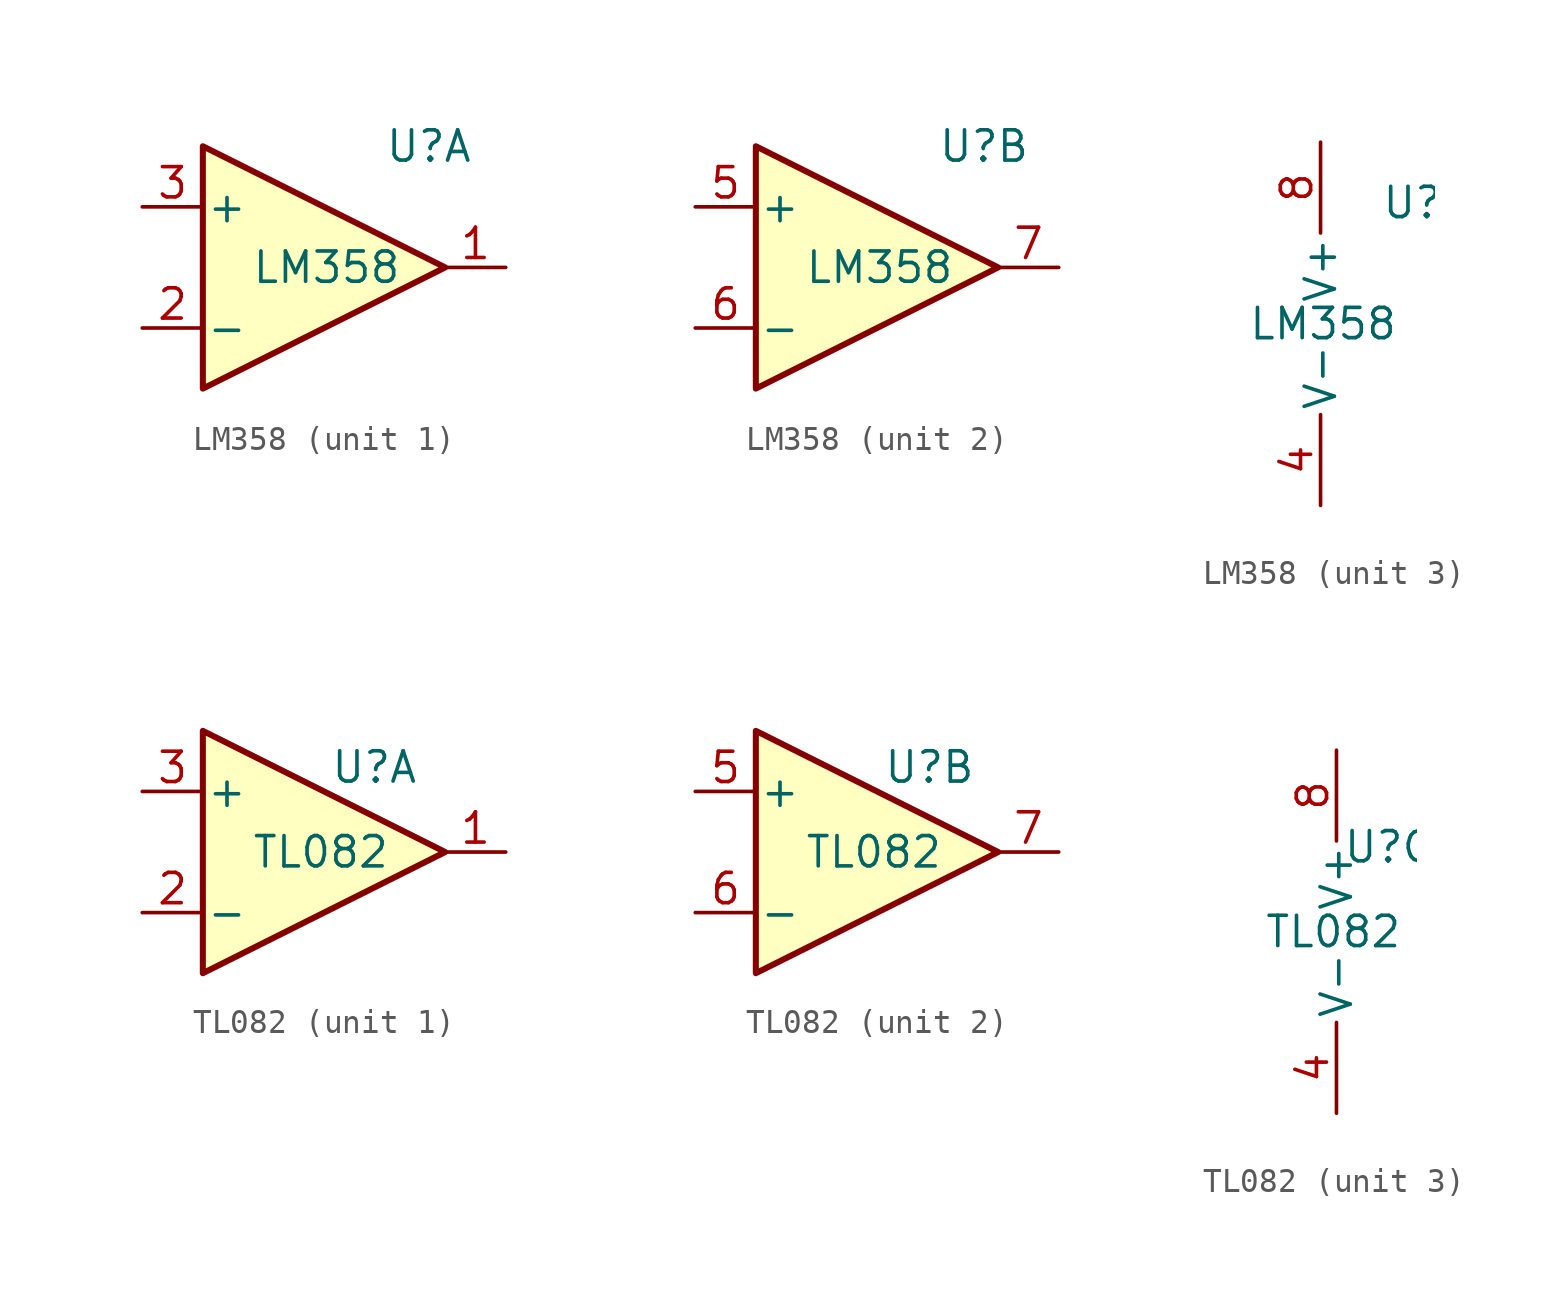
<source format=kicad_sym>
(kicad_symbol_lib
  (version 20231120)
  (generator "kicad_symbol_editor")
  (generator_version "8.0")
  (symbol "LM358"
    (pin_names
      (offset 0.127))
    (property "Reference" "U"
      (at 2.54 5.08 0)
      (effects (font (size 1.27 1.27)) (justify left)))
    (property "Value" "LM358"
      (at -3.048 0 0)
      (effects (font (size 1.27 1.27)) (justify left)))
    (property "ki_locked" ""
      (at 0 0 0)
      (effects (font (size 1.27 1.27))))
    (symbol "LM358_1_1"
      (polyline (pts (xy -5.08 5.08) (xy 5.08 0) (xy -5.08 -5.08) (xy -5.08 5.08)) (stroke (width 0.254) (type default)) (fill (type background)))
      (pin output line (at 7.62 0 180) (length 2.54) (name "~" (effects (font (size 1.27 1.27)))) (number "1" (effects (font (size 1.27 1.27)))))
      (pin input line (at -7.62 -2.54 0) (length 2.54) (name "-" (effects (font (size 1.27 1.27)))) (number "2" (effects (font (size 1.27 1.27)))))
      (pin input line (at -7.62 2.54 0) (length 2.54) (name "+" (effects (font (size 1.27 1.27)))) (number "3" (effects (font (size 1.27 1.27))))))
    (symbol "LM358_2_1"
      (polyline (pts (xy -5.08 5.08) (xy 5.08 0) (xy -5.08 -5.08) (xy -5.08 5.08)) (stroke (width 0.254) (type default)) (fill (type background)))
      (pin input line (at -7.62 2.54 0) (length 2.54) (name "+" (effects (font (size 1.27 1.27)))) (number "5" (effects (font (size 1.27 1.27)))))
      (pin input line (at -7.62 -2.54 0) (length 2.54) (name "-" (effects (font (size 1.27 1.27)))) (number "6" (effects (font (size 1.27 1.27)))))
      (pin output line (at 7.62 0 180) (length 2.54) (name "~" (effects (font (size 1.27 1.27)))) (number "7" (effects (font (size 1.27 1.27))))))
    (symbol "LM358_3_1"
      (pin power_in line (at 0 -7.62 90) (length 3.81) (name "V-" (effects (font (size 1.27 1.27)))) (number "4" (effects (font (size 1.27 1.27)))))
      (pin power_in line (at 0 7.62 270) (length 3.81) (name "V+" (effects (font (size 1.27 1.27)))) (number "8" (effects (font (size 1.27 1.27)))))))
  (symbol "TL082"
    (pin_names
      (offset 0.127))
    (property "Reference" "U"
      (at 0.254 3.556 0)
      (effects (font (size 1.27 1.27)) (justify left)))
    (property "Value" "TL082"
      (at -3.048 0 0)
      (effects (font (size 1.27 1.27)) (justify left)))
    (property "ki_locked" ""
      (at 0 0 0)
      (effects (font (size 1.27 1.27))))
    (symbol "TL082_1_1"
      (polyline (pts (xy -5.08 5.08) (xy 5.08 0) (xy -5.08 -5.08) (xy -5.08 5.08)) (stroke (width 0.254) (type default)) (fill (type background)))
      (pin output line (at 7.62 0 180) (length 2.54) (name "~" (effects (font (size 1.27 1.27)))) (number "1" (effects (font (size 1.27 1.27)))))
      (pin input line (at -7.62 -2.54 0) (length 2.54) (name "-" (effects (font (size 1.27 1.27)))) (number "2" (effects (font (size 1.27 1.27)))))
      (pin input line (at -7.62 2.54 0) (length 2.54) (name "+" (effects (font (size 1.27 1.27)))) (number "3" (effects (font (size 1.27 1.27))))))
    (symbol "TL082_2_1"
      (polyline (pts (xy -5.08 5.08) (xy 5.08 0) (xy -5.08 -5.08) (xy -5.08 5.08)) (stroke (width 0.254) (type default)) (fill (type background)))
      (pin input line (at -7.62 2.54 0) (length 2.54) (name "+" (effects (font (size 1.27 1.27)))) (number "5" (effects (font (size 1.27 1.27)))))
      (pin input line (at -7.62 -2.54 0) (length 2.54) (name "-" (effects (font (size 1.27 1.27)))) (number "6" (effects (font (size 1.27 1.27)))))
      (pin output line (at 7.62 0 180) (length 2.54) (name "~" (effects (font (size 1.27 1.27)))) (number "7" (effects (font (size 1.27 1.27))))))
    (symbol "TL082_3_1"
      (pin power_in line (at 0 -7.62 90) (length 3.81) (name "V-" (effects (font (size 1.27 1.27)))) (number "4" (effects (font (size 1.27 1.27)))))
      (pin power_in line (at 0 7.62 270) (length 3.81) (name "V+" (effects (font (size 1.27 1.27)))) (number "8" (effects (font (size 1.27 1.27))))))))
</source>
